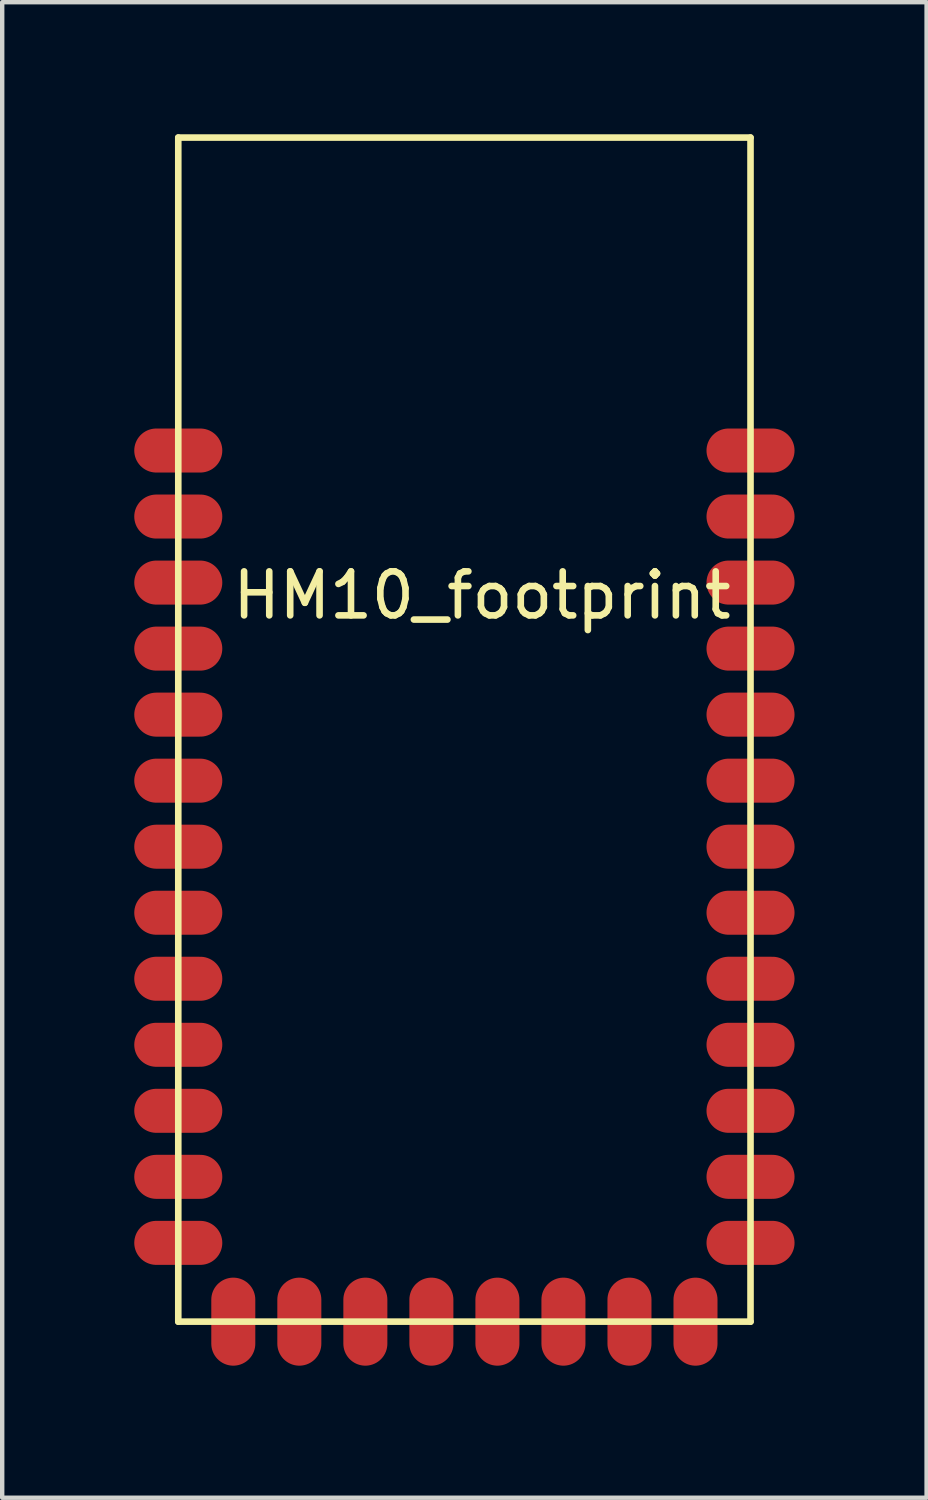
<source format=kicad_pcb>
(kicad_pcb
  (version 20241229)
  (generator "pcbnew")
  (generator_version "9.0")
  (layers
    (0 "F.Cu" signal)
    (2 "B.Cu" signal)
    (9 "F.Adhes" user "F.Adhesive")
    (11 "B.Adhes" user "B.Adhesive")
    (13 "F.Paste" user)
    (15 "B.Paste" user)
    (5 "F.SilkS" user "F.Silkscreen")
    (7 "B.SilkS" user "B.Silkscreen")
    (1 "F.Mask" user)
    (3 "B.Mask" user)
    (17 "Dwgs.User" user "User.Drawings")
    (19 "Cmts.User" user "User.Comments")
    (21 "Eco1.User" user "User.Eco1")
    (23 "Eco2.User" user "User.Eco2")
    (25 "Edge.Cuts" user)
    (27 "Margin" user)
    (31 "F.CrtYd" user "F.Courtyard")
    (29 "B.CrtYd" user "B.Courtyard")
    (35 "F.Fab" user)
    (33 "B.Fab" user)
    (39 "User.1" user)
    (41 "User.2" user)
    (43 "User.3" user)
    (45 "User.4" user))
  (footprint "HM10_footprint"
    (layer "F.Cu")
    (at 1 26.975)
    (property "Reference" "HM10_footprint" (at 6.9 -16.5 0) (layer "F.SilkS") (effects (font (size 1 1) (thickness 0.15))))
    (attr through_hole)
    (fp_line (start 0 -26.9) (end 13 -26.9) (stroke (width 0.15) (type solid)) (layer "F.SilkS"))
    (fp_line (start 0 0) (end 0 -26.9) (stroke (width 0.15) (type solid)) (layer "F.SilkS"))
    (fp_line (start 13 -26.9) (end 13 0) (stroke (width 0.15) (type solid)) (layer "F.SilkS"))
    (fp_line (start 13 0) (end 0 0) (stroke (width 0.15) (type solid)) (layer "F.SilkS"))
    (pad "1" smd oval (at 0 -19.79) (size 2 1) (layers "F.Cu" "F.Mask" "F.Paste"))
    (pad "2" smd oval (at 0 -18.29) (size 2 1) (layers "F.Cu" "F.Mask" "F.Paste"))
    (pad "3" smd oval (at 0 -16.79) (size 2 1) (layers "F.Cu" "F.Mask" "F.Paste"))
    (pad "4" smd oval (at 0 -15.29) (size 2 1) (layers "F.Cu" "F.Mask" "F.Paste"))
    (pad "5" smd oval (at 0 -13.79) (size 2 1) (layers "F.Cu" "F.Mask" "F.Paste"))
    (pad "6" smd oval (at 0 -12.29) (size 2 1) (layers "F.Cu" "F.Mask" "F.Paste"))
    (pad "7" smd oval (at 0 -10.79) (size 2 1) (layers "F.Cu" "F.Mask" "F.Paste"))
    (pad "8" smd oval (at 0 -9.29) (size 2 1) (layers "F.Cu" "F.Mask" "F.Paste"))
    (pad "9" smd oval (at 0 -7.79) (size 2 1) (layers "F.Cu" "F.Mask" "F.Paste"))
    (pad "10" smd oval (at 0 -6.29) (size 2 1) (layers "F.Cu" "F.Mask" "F.Paste"))
    (pad "11" smd oval (at 0 -4.79) (size 2 1) (layers "F.Cu" "F.Mask" "F.Paste"))
    (pad "12" smd oval (at 0 -3.29) (size 2 1) (layers "F.Cu" "F.Mask" "F.Paste"))
    (pad "13" smd oval (at 0 -1.79) (size 2 1) (layers "F.Cu" "F.Mask" "F.Paste"))
    (pad "14" smd oval (at 1.25 0) (size 1 2) (layers "F.Cu" "F.Mask" "F.Paste"))
    (pad "15" smd oval (at 2.75 0) (size 1 2) (layers "F.Cu" "F.Mask" "F.Paste"))
    (pad "16" smd oval (at 4.25 0) (size 1 2) (layers "F.Cu" "F.Mask" "F.Paste"))
    (pad "17" smd oval (at 5.75 0) (size 1 2) (layers "F.Cu" "F.Mask" "F.Paste"))
    (pad "18" smd oval (at 7.25 0) (size 1 2) (layers "F.Cu" "F.Mask" "F.Paste"))
    (pad "19" smd oval (at 8.75 0) (size 1 2) (layers "F.Cu" "F.Mask" "F.Paste"))
    (pad "20" smd oval (at 10.25 0) (size 1 2) (layers "F.Cu" "F.Mask" "F.Paste"))
    (pad "21" smd oval (at 11.75 0) (size 1 2) (layers "F.Cu" "F.Mask" "F.Paste"))
    (pad "22" smd oval (at 13 -1.79) (size 2 1) (layers "F.Cu" "F.Mask" "F.Paste"))
    (pad "23" smd oval (at 13 -3.29) (size 2 1) (layers "F.Cu" "F.Mask" "F.Paste"))
    (pad "24" smd oval (at 13 -4.79) (size 2 1) (layers "F.Cu" "F.Mask" "F.Paste"))
    (pad "25" smd oval (at 13 -6.29) (size 2 1) (layers "F.Cu" "F.Mask" "F.Paste"))
    (pad "26" smd oval (at 13 -7.79) (size 2 1) (layers "F.Cu" "F.Mask" "F.Paste"))
    (pad "27" smd oval (at 13 -9.29) (size 2 1) (layers "F.Cu" "F.Mask" "F.Paste"))
    (pad "28" smd oval (at 13 -10.79) (size 2 1) (layers "F.Cu" "F.Mask" "F.Paste"))
    (pad "29" smd oval (at 13 -12.29) (size 2 1) (layers "F.Cu" "F.Mask" "F.Paste"))
    (pad "30" smd oval (at 13 -13.79) (size 2 1) (layers "F.Cu" "F.Mask" "F.Paste"))
    (pad "31" smd oval (at 13 -15.29) (size 2 1) (layers "F.Cu" "F.Mask" "F.Paste"))
    (pad "32" smd oval (at 13 -16.79) (size 2 1) (layers "F.Cu" "F.Mask" "F.Paste"))
    (pad "33" smd oval (at 13 -18.29) (size 2 1) (layers "F.Cu" "F.Mask" "F.Paste"))
    (pad "34" smd oval (at 13 -19.79) (size 2 1) (layers "F.Cu" "F.Mask" "F.Paste")))
  (gr_rect
    (start -3 -3)
    (end 18 30.975)
    (stroke (width 0.1) (type default))
    (fill no)
    (layer "Edge.Cuts")))
</source>
